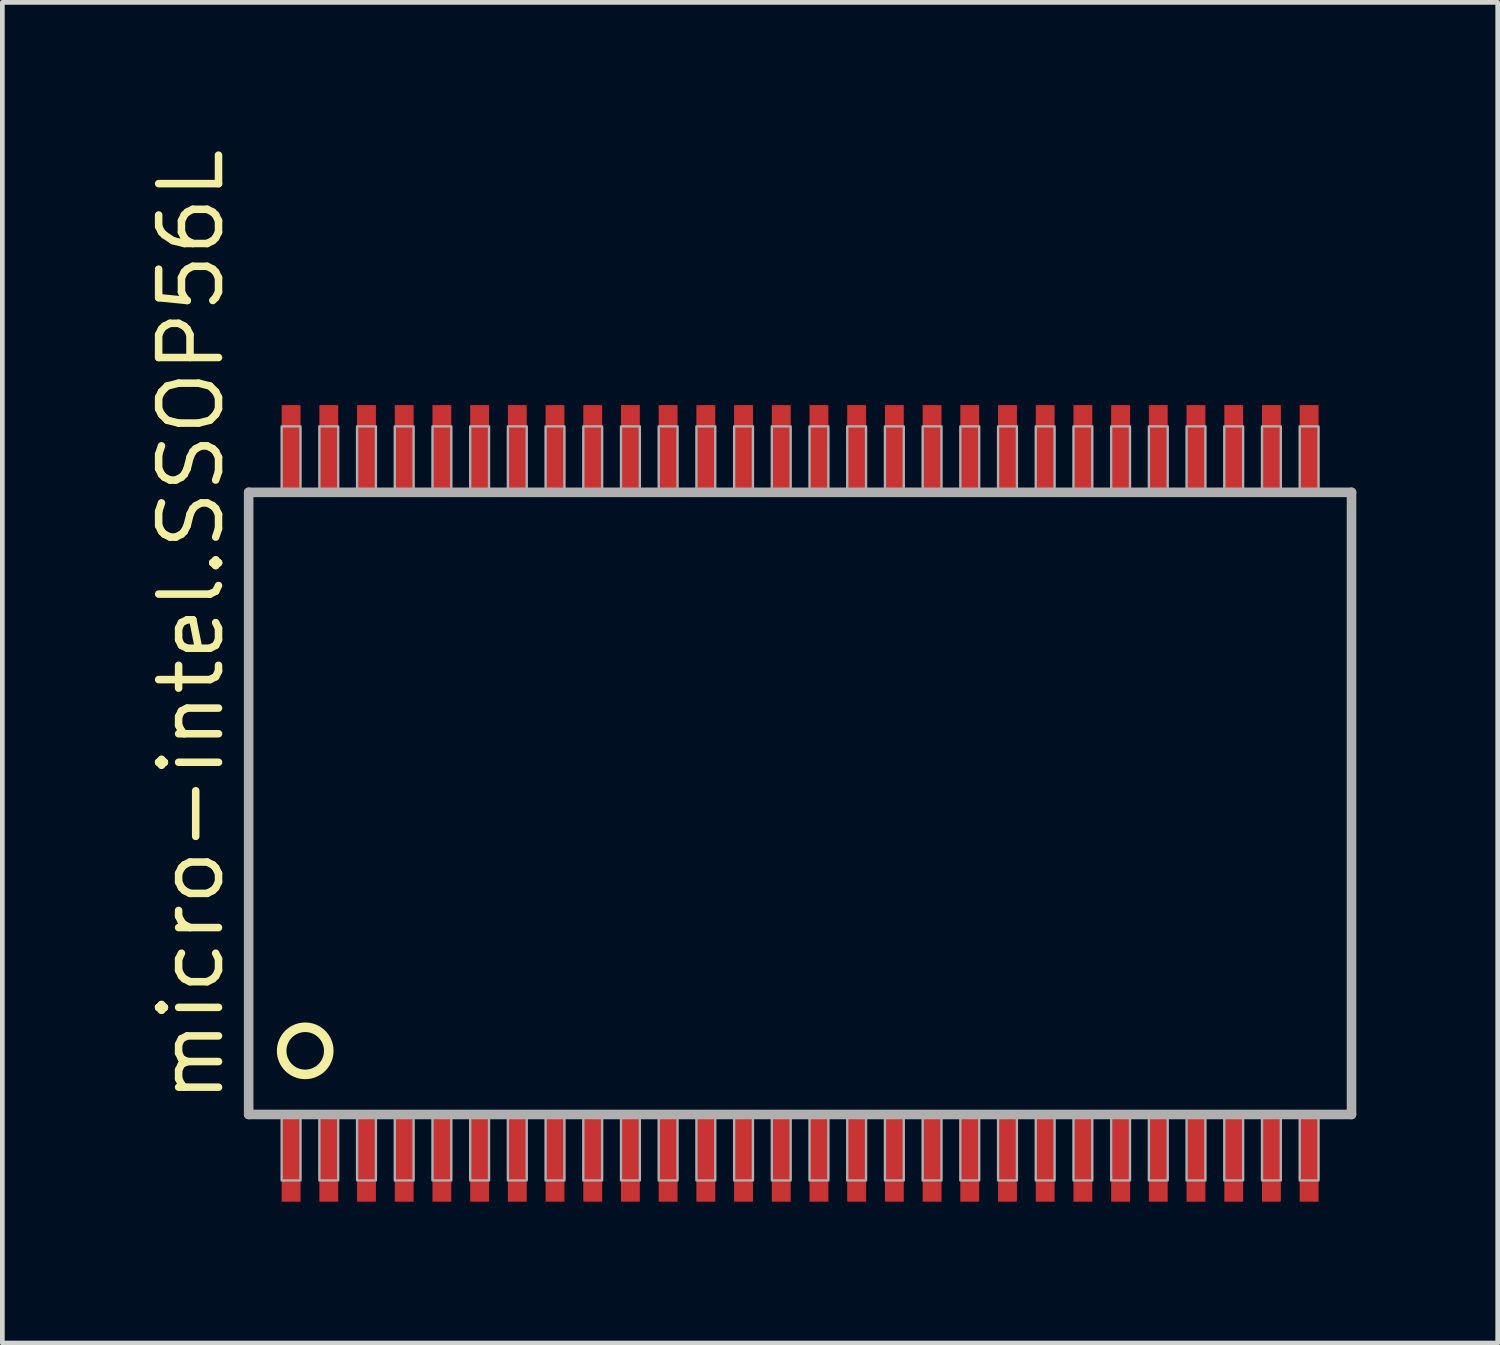
<source format=kicad_pcb>
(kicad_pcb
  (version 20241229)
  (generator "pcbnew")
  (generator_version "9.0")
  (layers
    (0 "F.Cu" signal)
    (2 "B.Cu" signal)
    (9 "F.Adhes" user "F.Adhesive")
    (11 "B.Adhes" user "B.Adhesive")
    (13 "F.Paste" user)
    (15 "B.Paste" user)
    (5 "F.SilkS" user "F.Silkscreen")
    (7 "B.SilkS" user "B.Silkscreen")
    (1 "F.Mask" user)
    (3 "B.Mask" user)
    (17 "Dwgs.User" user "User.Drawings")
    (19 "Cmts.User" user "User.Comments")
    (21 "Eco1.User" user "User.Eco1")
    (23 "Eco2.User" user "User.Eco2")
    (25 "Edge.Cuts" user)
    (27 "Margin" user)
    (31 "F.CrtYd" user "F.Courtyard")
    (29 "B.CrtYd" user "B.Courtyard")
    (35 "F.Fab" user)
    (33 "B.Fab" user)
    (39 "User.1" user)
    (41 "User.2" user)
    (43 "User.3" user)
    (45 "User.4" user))
  (footprint "micro-intel.SSOP56L"
    (layer "F.Cu")
    (at 13.926 13.996)
    (property "Reference" "micro-intel.SSOP56L" (at -12.176 6.429 90) (layer "F.SilkS") (effects (font (size 1.27 1.27) (thickness 0.16)) (justify left bottom)))
    (attr smd)
    (fp_circle (center -10.5 5.25) (end -10 5.25) (stroke (width 0.203) (type default)) (fill no) (layer "F.SilkS"))
    (fp_line (start -11.7 -6.6) (end -11.7 6.6) (stroke (width 0.203) (type default)) (layer "F.Fab"))
    (fp_line (start -11.7 6.6) (end 11.7 6.6) (stroke (width 0.203) (type default)) (layer "F.Fab"))
    (fp_line (start 11.7 -6.6) (end -11.7 -6.6) (stroke (width 0.203) (type default)) (layer "F.Fab"))
    (fp_line (start 11.7 6.6) (end 11.7 -6.6) (stroke (width 0.203) (type default)) (layer "F.Fab"))
    (fp_rect (start -11 -6.6) (end -10.6 -8) (stroke (width 0.05) (type default)) (fill no) (layer "F.Fab"))
    (fp_rect (start -11 8) (end -10.6 6.6) (stroke (width 0.05) (type default)) (fill no) (layer "F.Fab"))
    (fp_rect (start -10.2 -6.6) (end -9.8 -8) (stroke (width 0.05) (type default)) (fill no) (layer "F.Fab"))
    (fp_rect (start -10.2 8) (end -9.8 6.6) (stroke (width 0.05) (type default)) (fill no) (layer "F.Fab"))
    (fp_rect (start -9.4 -6.6) (end -9 -8) (stroke (width 0.05) (type default)) (fill no) (layer "F.Fab"))
    (fp_rect (start -9.4 8) (end -9 6.6) (stroke (width 0.05) (type default)) (fill no) (layer "F.Fab"))
    (fp_rect (start -8.6 -6.6) (end -8.2 -8) (stroke (width 0.05) (type default)) (fill no) (layer "F.Fab"))
    (fp_rect (start -8.6 8) (end -8.2 6.6) (stroke (width 0.05) (type default)) (fill no) (layer "F.Fab"))
    (fp_rect (start -7.8 -6.6) (end -7.4 -8) (stroke (width 0.05) (type default)) (fill no) (layer "F.Fab"))
    (fp_rect (start -7.8 8) (end -7.4 6.6) (stroke (width 0.05) (type default)) (fill no) (layer "F.Fab"))
    (fp_rect (start -7 -6.6) (end -6.6 -8) (stroke (width 0.05) (type default)) (fill no) (layer "F.Fab"))
    (fp_rect (start -7 8) (end -6.6 6.6) (stroke (width 0.05) (type default)) (fill no) (layer "F.Fab"))
    (fp_rect (start -6.2 -6.6) (end -5.8 -8) (stroke (width 0.05) (type default)) (fill no) (layer "F.Fab"))
    (fp_rect (start -6.2 8) (end -5.8 6.6) (stroke (width 0.05) (type default)) (fill no) (layer "F.Fab"))
    (fp_rect (start -5.4 -6.6) (end -5 -8) (stroke (width 0.05) (type default)) (fill no) (layer "F.Fab"))
    (fp_rect (start -5.4 8) (end -5 6.6) (stroke (width 0.05) (type default)) (fill no) (layer "F.Fab"))
    (fp_rect (start -4.6 -6.6) (end -4.2 -8) (stroke (width 0.05) (type default)) (fill no) (layer "F.Fab"))
    (fp_rect (start -4.6 8) (end -4.2 6.6) (stroke (width 0.05) (type default)) (fill no) (layer "F.Fab"))
    (fp_rect (start -3.8 -6.6) (end -3.4 -8) (stroke (width 0.05) (type default)) (fill no) (layer "F.Fab"))
    (fp_rect (start -3.8 8) (end -3.4 6.6) (stroke (width 0.05) (type default)) (fill no) (layer "F.Fab"))
    (fp_rect (start -3 -6.6) (end -2.6 -8) (stroke (width 0.05) (type default)) (fill no) (layer "F.Fab"))
    (fp_rect (start -3 8) (end -2.6 6.6) (stroke (width 0.05) (type default)) (fill no) (layer "F.Fab"))
    (fp_rect (start -2.2 -6.6) (end -1.8 -8) (stroke (width 0.05) (type default)) (fill no) (layer "F.Fab"))
    (fp_rect (start -2.2 8) (end -1.8 6.6) (stroke (width 0.05) (type default)) (fill no) (layer "F.Fab"))
    (fp_rect (start -1.4 -6.6) (end -1 -8) (stroke (width 0.05) (type default)) (fill no) (layer "F.Fab"))
    (fp_rect (start -1.4 8) (end -1 6.6) (stroke (width 0.05) (type default)) (fill no) (layer "F.Fab"))
    (fp_rect (start -0.6 -6.6) (end -0.2 -8) (stroke (width 0.05) (type default)) (fill no) (layer "F.Fab"))
    (fp_rect (start -0.6 8) (end -0.2 6.6) (stroke (width 0.05) (type default)) (fill no) (layer "F.Fab"))
    (fp_rect (start 0.2 -6.6) (end 0.6 -8) (stroke (width 0.05) (type default)) (fill no) (layer "F.Fab"))
    (fp_rect (start 0.2 8) (end 0.6 6.6) (stroke (width 0.05) (type default)) (fill no) (layer "F.Fab"))
    (fp_rect (start 1 -6.6) (end 1.4 -8) (stroke (width 0.05) (type default)) (fill no) (layer "F.Fab"))
    (fp_rect (start 1 8) (end 1.4 6.6) (stroke (width 0.05) (type default)) (fill no) (layer "F.Fab"))
    (fp_rect (start 1.8 -6.6) (end 2.2 -8) (stroke (width 0.05) (type default)) (fill no) (layer "F.Fab"))
    (fp_rect (start 1.8 8) (end 2.2 6.6) (stroke (width 0.05) (type default)) (fill no) (layer "F.Fab"))
    (fp_rect (start 2.6 -6.6) (end 3 -8) (stroke (width 0.05) (type default)) (fill no) (layer "F.Fab"))
    (fp_rect (start 2.6 8) (end 3 6.6) (stroke (width 0.05) (type default)) (fill no) (layer "F.Fab"))
    (fp_rect (start 3.4 -6.6) (end 3.8 -8) (stroke (width 0.05) (type default)) (fill no) (layer "F.Fab"))
    (fp_rect (start 3.4 8) (end 3.8 6.6) (stroke (width 0.05) (type default)) (fill no) (layer "F.Fab"))
    (fp_rect (start 4.2 -6.6) (end 4.6 -8) (stroke (width 0.05) (type default)) (fill no) (layer "F.Fab"))
    (fp_rect (start 4.2 8) (end 4.6 6.6) (stroke (width 0.05) (type default)) (fill no) (layer "F.Fab"))
    (fp_rect (start 5 -6.6) (end 5.4 -8) (stroke (width 0.05) (type default)) (fill no) (layer "F.Fab"))
    (fp_rect (start 5 8) (end 5.4 6.6) (stroke (width 0.05) (type default)) (fill no) (layer "F.Fab"))
    (fp_rect (start 5.8 -6.6) (end 6.2 -8) (stroke (width 0.05) (type default)) (fill no) (layer "F.Fab"))
    (fp_rect (start 5.8 8) (end 6.2 6.6) (stroke (width 0.05) (type default)) (fill no) (layer "F.Fab"))
    (fp_rect (start 6.6 -6.6) (end 7 -8) (stroke (width 0.05) (type default)) (fill no) (layer "F.Fab"))
    (fp_rect (start 6.6 8) (end 7 6.6) (stroke (width 0.05) (type default)) (fill no) (layer "F.Fab"))
    (fp_rect (start 7.4 -6.6) (end 7.8 -8) (stroke (width 0.05) (type default)) (fill no) (layer "F.Fab"))
    (fp_rect (start 7.4 8) (end 7.8 6.6) (stroke (width 0.05) (type default)) (fill no) (layer "F.Fab"))
    (fp_rect (start 8.2 -6.6) (end 8.6 -8) (stroke (width 0.05) (type default)) (fill no) (layer "F.Fab"))
    (fp_rect (start 8.2 8) (end 8.6 6.6) (stroke (width 0.05) (type default)) (fill no) (layer "F.Fab"))
    (fp_rect (start 9 -6.6) (end 9.4 -8) (stroke (width 0.05) (type default)) (fill no) (layer "F.Fab"))
    (fp_rect (start 9 8) (end 9.4 6.6) (stroke (width 0.05) (type default)) (fill no) (layer "F.Fab"))
    (fp_rect (start 9.8 -6.6) (end 10.2 -8) (stroke (width 0.05) (type default)) (fill no) (layer "F.Fab"))
    (fp_rect (start 9.8 8) (end 10.2 6.6) (stroke (width 0.05) (type default)) (fill no) (layer "F.Fab"))
    (fp_rect (start 10.6 -6.6) (end 11 -8) (stroke (width 0.05) (type default)) (fill no) (layer "F.Fab"))
    (fp_rect (start 10.6 8) (end 11 6.6) (stroke (width 0.05) (type default)) (fill no) (layer "F.Fab"))
    (pad "1" smd roundrect (at -10.8 7.5) (size 0.4 1.9) (layers "F.Cu" "F.Mask" "F.Paste") (roundrect_rratio 0.01))
    (pad "2" smd roundrect (at -10 7.5) (size 0.4 1.9) (layers "F.Cu" "F.Mask" "F.Paste") (roundrect_rratio 0.01))
    (pad "3" smd roundrect (at -9.2 7.5) (size 0.4 1.9) (layers "F.Cu" "F.Mask" "F.Paste") (roundrect_rratio 0.01))
    (pad "4" smd roundrect (at -8.4 7.5) (size 0.4 1.9) (layers "F.Cu" "F.Mask" "F.Paste") (roundrect_rratio 0.01))
    (pad "5" smd roundrect (at -7.6 7.5) (size 0.4 1.9) (layers "F.Cu" "F.Mask" "F.Paste") (roundrect_rratio 0.01))
    (pad "6" smd roundrect (at -6.8 7.5) (size 0.4 1.9) (layers "F.Cu" "F.Mask" "F.Paste") (roundrect_rratio 0.01))
    (pad "7" smd roundrect (at -6 7.5) (size 0.4 1.9) (layers "F.Cu" "F.Mask" "F.Paste") (roundrect_rratio 0.01))
    (pad "8" smd roundrect (at -5.2 7.5) (size 0.4 1.9) (layers "F.Cu" "F.Mask" "F.Paste") (roundrect_rratio 0.01))
    (pad "9" smd roundrect (at -4.4 7.5) (size 0.4 1.9) (layers "F.Cu" "F.Mask" "F.Paste") (roundrect_rratio 0.01))
    (pad "10" smd roundrect (at -3.6 7.5) (size 0.4 1.9) (layers "F.Cu" "F.Mask" "F.Paste") (roundrect_rratio 0.01))
    (pad "11" smd roundrect (at -2.8 7.5) (size 0.4 1.9) (layers "F.Cu" "F.Mask" "F.Paste") (roundrect_rratio 0.01))
    (pad "12" smd roundrect (at -2 7.5) (size 0.4 1.9) (layers "F.Cu" "F.Mask" "F.Paste") (roundrect_rratio 0.01))
    (pad "13" smd roundrect (at -1.2 7.5) (size 0.4 1.9) (layers "F.Cu" "F.Mask" "F.Paste") (roundrect_rratio 0.01))
    (pad "14" smd roundrect (at -0.4 7.5) (size 0.4 1.9) (layers "F.Cu" "F.Mask" "F.Paste") (roundrect_rratio 0.01))
    (pad "15" smd roundrect (at 0.4 7.5) (size 0.4 1.9) (layers "F.Cu" "F.Mask" "F.Paste") (roundrect_rratio 0.01))
    (pad "16" smd roundrect (at 1.2 7.5) (size 0.4 1.9) (layers "F.Cu" "F.Mask" "F.Paste") (roundrect_rratio 0.01))
    (pad "17" smd roundrect (at 2 7.5) (size 0.4 1.9) (layers "F.Cu" "F.Mask" "F.Paste") (roundrect_rratio 0.01))
    (pad "18" smd roundrect (at 2.8 7.5) (size 0.4 1.9) (layers "F.Cu" "F.Mask" "F.Paste") (roundrect_rratio 0.01))
    (pad "19" smd roundrect (at 3.6 7.5) (size 0.4 1.9) (layers "F.Cu" "F.Mask" "F.Paste") (roundrect_rratio 0.01))
    (pad "20" smd roundrect (at 4.4 7.5) (size 0.4 1.9) (layers "F.Cu" "F.Mask" "F.Paste") (roundrect_rratio 0.01))
    (pad "21" smd roundrect (at 5.2 7.5) (size 0.4 1.9) (layers "F.Cu" "F.Mask" "F.Paste") (roundrect_rratio 0.01))
    (pad "22" smd roundrect (at 6 7.5) (size 0.4 1.9) (layers "F.Cu" "F.Mask" "F.Paste") (roundrect_rratio 0.01))
    (pad "23" smd roundrect (at 6.8 7.5) (size 0.4 1.9) (layers "F.Cu" "F.Mask" "F.Paste") (roundrect_rratio 0.01))
    (pad "24" smd roundrect (at 7.6 7.5) (size 0.4 1.9) (layers "F.Cu" "F.Mask" "F.Paste") (roundrect_rratio 0.01))
    (pad "25" smd roundrect (at 8.4 7.5) (size 0.4 1.9) (layers "F.Cu" "F.Mask" "F.Paste") (roundrect_rratio 0.01))
    (pad "26" smd roundrect (at 9.2 7.5) (size 0.4 1.9) (layers "F.Cu" "F.Mask" "F.Paste") (roundrect_rratio 0.01))
    (pad "27" smd roundrect (at 10 7.5) (size 0.4 1.9) (layers "F.Cu" "F.Mask" "F.Paste") (roundrect_rratio 0.01))
    (pad "28" smd roundrect (at 10.8 7.5) (size 0.4 1.9) (layers "F.Cu" "F.Mask" "F.Paste") (roundrect_rratio 0.01))
    (pad "29" smd roundrect (at 10.8 -7.5) (size 0.4 1.9) (layers "F.Cu" "F.Mask" "F.Paste") (roundrect_rratio 0.01))
    (pad "30" smd roundrect (at 10 -7.5) (size 0.4 1.9) (layers "F.Cu" "F.Mask" "F.Paste") (roundrect_rratio 0.01))
    (pad "31" smd roundrect (at 9.2 -7.5) (size 0.4 1.9) (layers "F.Cu" "F.Mask" "F.Paste") (roundrect_rratio 0.01))
    (pad "32" smd roundrect (at 8.4 -7.5) (size 0.4 1.9) (layers "F.Cu" "F.Mask" "F.Paste") (roundrect_rratio 0.01))
    (pad "33" smd roundrect (at 7.6 -7.5) (size 0.4 1.9) (layers "F.Cu" "F.Mask" "F.Paste") (roundrect_rratio 0.01))
    (pad "34" smd roundrect (at 6.8 -7.5) (size 0.4 1.9) (layers "F.Cu" "F.Mask" "F.Paste") (roundrect_rratio 0.01))
    (pad "35" smd roundrect (at 6 -7.5) (size 0.4 1.9) (layers "F.Cu" "F.Mask" "F.Paste") (roundrect_rratio 0.01))
    (pad "36" smd roundrect (at 5.2 -7.5) (size 0.4 1.9) (layers "F.Cu" "F.Mask" "F.Paste") (roundrect_rratio 0.01))
    (pad "37" smd roundrect (at 4.4 -7.5) (size 0.4 1.9) (layers "F.Cu" "F.Mask" "F.Paste") (roundrect_rratio 0.01))
    (pad "38" smd roundrect (at 3.6 -7.5) (size 0.4 1.9) (layers "F.Cu" "F.Mask" "F.Paste") (roundrect_rratio 0.01))
    (pad "39" smd roundrect (at 2.8 -7.5) (size 0.4 1.9) (layers "F.Cu" "F.Mask" "F.Paste") (roundrect_rratio 0.01))
    (pad "40" smd roundrect (at 2 -7.5) (size 0.4 1.9) (layers "F.Cu" "F.Mask" "F.Paste") (roundrect_rratio 0.01))
    (pad "41" smd roundrect (at 1.2 -7.5) (size 0.4 1.9) (layers "F.Cu" "F.Mask" "F.Paste") (roundrect_rratio 0.01))
    (pad "42" smd roundrect (at 0.4 -7.5) (size 0.4 1.9) (layers "F.Cu" "F.Mask" "F.Paste") (roundrect_rratio 0.01))
    (pad "43" smd roundrect (at -0.4 -7.5) (size 0.4 1.9) (layers "F.Cu" "F.Mask" "F.Paste") (roundrect_rratio 0.01))
    (pad "44" smd roundrect (at -1.2 -7.5) (size 0.4 1.9) (layers "F.Cu" "F.Mask" "F.Paste") (roundrect_rratio 0.01))
    (pad "45" smd roundrect (at -2 -7.5) (size 0.4 1.9) (layers "F.Cu" "F.Mask" "F.Paste") (roundrect_rratio 0.01))
    (pad "46" smd roundrect (at -2.8 -7.5) (size 0.4 1.9) (layers "F.Cu" "F.Mask" "F.Paste") (roundrect_rratio 0.01))
    (pad "47" smd roundrect (at -3.6 -7.5) (size 0.4 1.9) (layers "F.Cu" "F.Mask" "F.Paste") (roundrect_rratio 0.01))
    (pad "48" smd roundrect (at -4.4 -7.5) (size 0.4 1.9) (layers "F.Cu" "F.Mask" "F.Paste") (roundrect_rratio 0.01))
    (pad "49" smd roundrect (at -5.2 -7.5) (size 0.4 1.9) (layers "F.Cu" "F.Mask" "F.Paste") (roundrect_rratio 0.01))
    (pad "50" smd roundrect (at -6 -7.5) (size 0.4 1.9) (layers "F.Cu" "F.Mask" "F.Paste") (roundrect_rratio 0.01))
    (pad "51" smd roundrect (at -6.8 -7.5) (size 0.4 1.9) (layers "F.Cu" "F.Mask" "F.Paste") (roundrect_rratio 0.01))
    (pad "52" smd roundrect (at -7.6 -7.5) (size 0.4 1.9) (layers "F.Cu" "F.Mask" "F.Paste") (roundrect_rratio 0.01))
    (pad "53" smd roundrect (at -8.4 -7.5) (size 0.4 1.9) (layers "F.Cu" "F.Mask" "F.Paste") (roundrect_rratio 0.01))
    (pad "54" smd roundrect (at -9.2 -7.5) (size 0.4 1.9) (layers "F.Cu" "F.Mask" "F.Paste") (roundrect_rratio 0.01))
    (pad "55" smd roundrect (at -10 -7.5) (size 0.4 1.9) (layers "F.Cu" "F.Mask" "F.Paste") (roundrect_rratio 0.01))
    (pad "56" smd roundrect (at -10.8 -7.5) (size 0.4 1.9) (layers "F.Cu" "F.Mask" "F.Paste") (roundrect_rratio 0.01)))
  (gr_rect
    (start -3 -3)
    (end 28.728 25.446)
    (stroke (width 0.1) (type default))
    (fill no)
    (layer "Edge.Cuts")))
</source>
